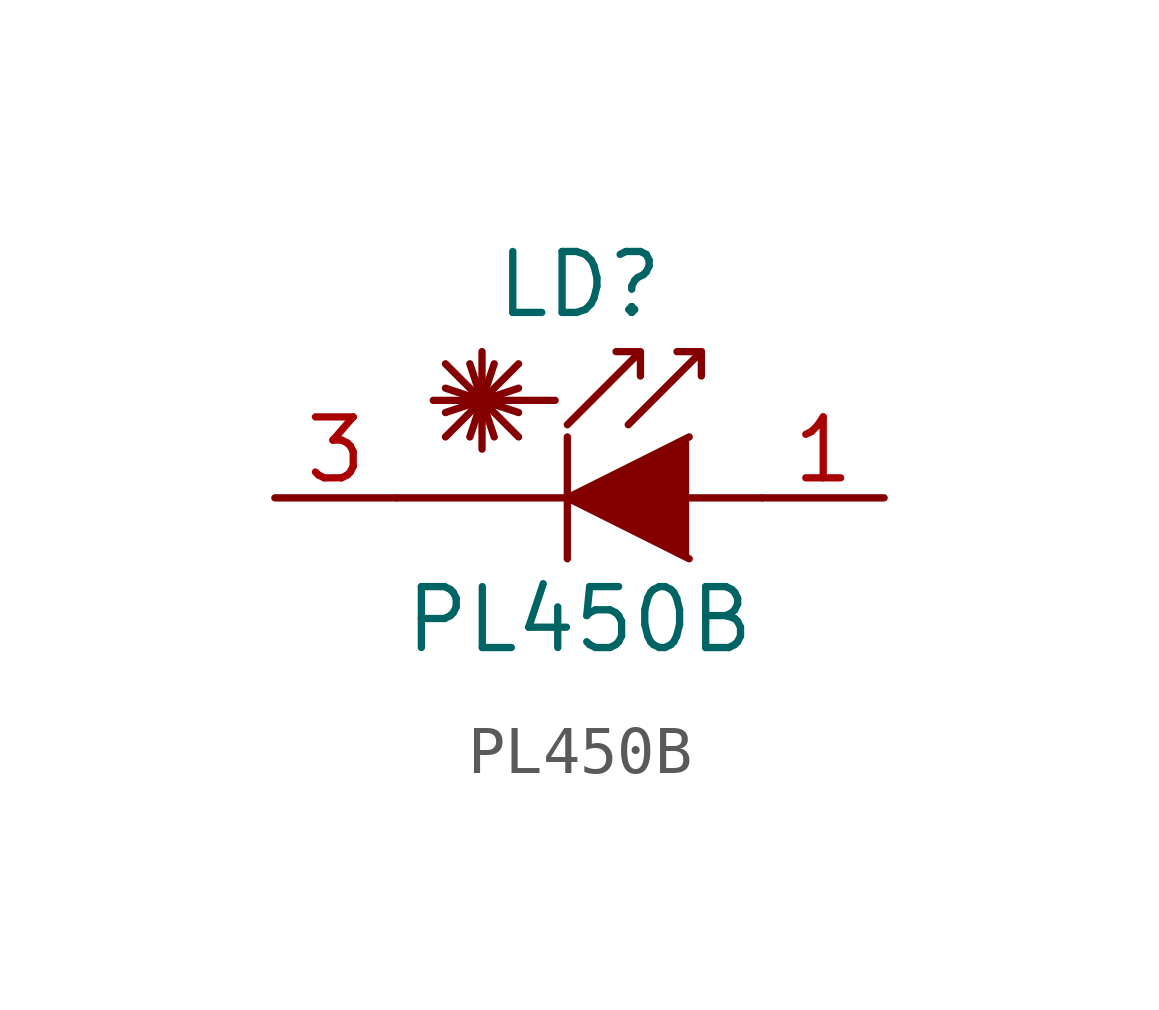
<source format=kicad_sym>
(kicad_symbol_lib
  (version 20211014)
  (generator kicad_symbol_editor)
  (symbol "PL450B"
    (pin_names
      (offset 1.016) hide)
    (property "Reference" "LD"
      (at -1.27 4.445 0)
      (effects (font (size 1.27 1.27))))
    (property "Value" "PL450B"
      (at -1.27 -2.54 0)
      (effects (font (size 1.27 1.27))))
    (symbol "PL450B_0_1"
      (polyline (pts (xy -4.064 1.27) (xy -2.54 2.794)) (stroke (width 0) (type default) (color 0 0 0 0)) (fill (type none)))
      (polyline (pts (xy -4.064 1.778) (xy -2.54 2.286)) (stroke (width 0) (type default) (color 0 0 0 0)) (fill (type none)))
      (polyline (pts (xy -4.064 2.286) (xy -2.54 1.778)) (stroke (width 0) (type default) (color 0 0 0 0)) (fill (type none)))
      (polyline (pts (xy -4.064 2.794) (xy -2.54 1.27)) (stroke (width 0) (type default) (color 0 0 0 0)) (fill (type none)))
      (polyline (pts (xy -3.556 2.794) (xy -3.048 1.27)) (stroke (width 0) (type default) (color 0 0 0 0)) (fill (type none)))
      (polyline (pts (xy -3.302 2.032) (xy -3.302 1.016)) (stroke (width 0) (type default) (color 0 0 0 0)) (fill (type none)))
      (polyline (pts (xy -3.302 2.032) (xy -3.302 3.048)) (stroke (width 0) (type default) (color 0 0 0 0)) (fill (type none)))
      (polyline (pts (xy -3.048 2.794) (xy -3.556 1.27)) (stroke (width 0) (type default) (color 0 0 0 0)) (fill (type none)))
      (polyline (pts (xy -1.778 2.032) (xy -4.318 2.032)) (stroke (width 0) (type default) (color 0 0 0 0)) (fill (type none)))
      (polyline (pts (xy -1.524 1.27) (xy -1.524 -1.27)) (stroke (width 0.152) (type default) (color 0 0 0 0)) (fill (type none)))
      (polyline (pts (xy 1.27 3.048) (xy 0.762 3.048)) (stroke (width 0) (type default) (color 0 0 0 0)) (fill (type none)))
      (polyline (pts (xy 2.54 0) (xy -5.08 0)) (stroke (width 0) (type default) (color 0 0 0 0)) (fill (type none)))
      (polyline (pts (xy -0.254 1.524) (xy 1.27 3.048) (xy 1.27 2.54)) (stroke (width 0) (type default) (color 0 0 0 0)) (fill (type none)))
      (polyline (pts (xy 1.016 1.27) (xy -1.524 0) (xy 1.016 -1.27)) (stroke (width 0) (type default) (color 0 0 0 0)) (fill (type outline)))
      (polyline (pts (xy -1.524 1.524) (xy 0 3.048) (xy 0 2.54) (xy 0 3.048) (xy -0.508 3.048)) (stroke (width 0) (type default) (color 0 0 0 0)) (fill (type none))))
    (symbol "PL450B_1_1"
      (pin passive line (at 5.08 0 180) (length 2.54) (name "A" (effects (font (size 1.27 1.27)))) (number "1" (effects (font (size 1.27 1.27)))))
      (pin no_connect line (at -7.62 2.54 0) (length 2.54) hide (name "NC" (effects (font (size 1.27 1.27)))) (number "2" (effects (font (size 1.27 1.27)))))
      (pin passive line (at -7.62 0 0) (length 2.54) (name "C" (effects (font (size 1.27 1.27)))) (number "3" (effects (font (size 1.27 1.27))))))))
</source>
